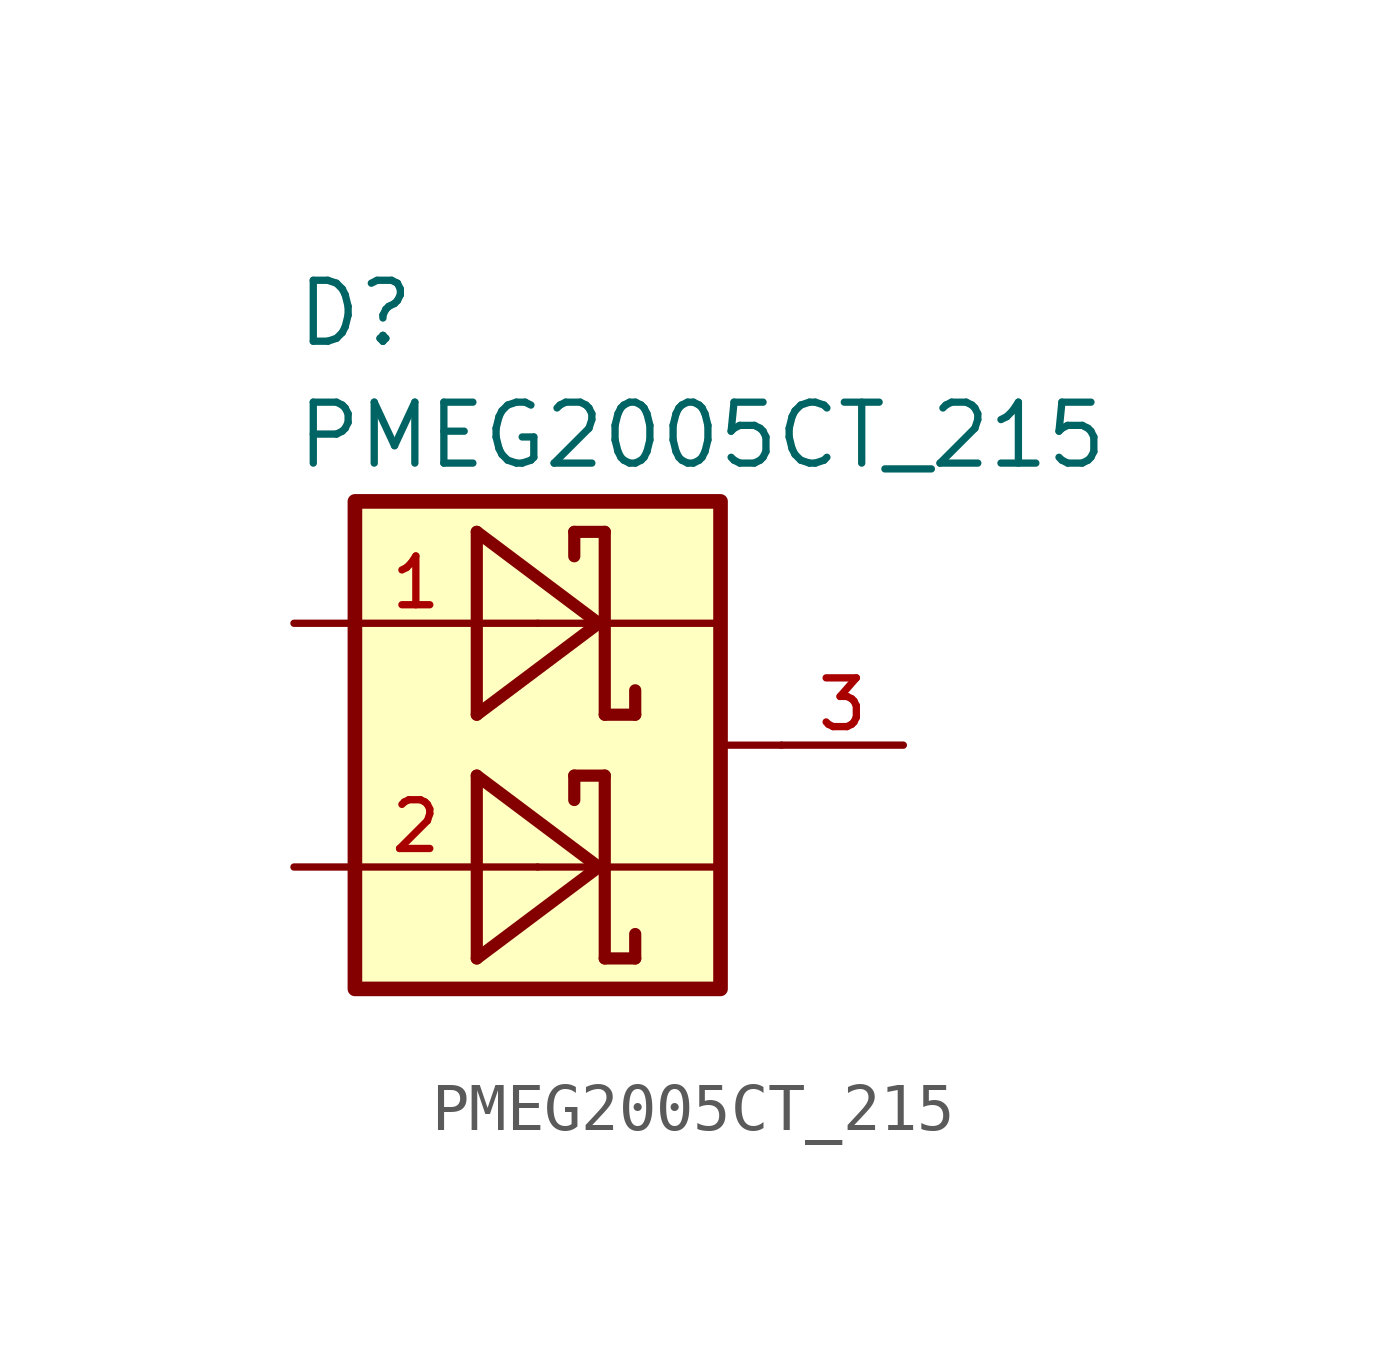
<source format=kicad_sym>
(kicad_symbol_lib
  (version 20220914)
  (generator kicad_symbol_editor)
  (symbol "PMEG2005CT_215"
    (pin_names
      (offset 1.016))
    (property "Reference" "D"
      (at -5.08 8.255 0)
      (effects (font (size 1.27 1.27)) (justify left bottom)))
    (property "Value" "PMEG2005CT_215"
      (at -5.08 5.715 0)
      (effects (font (size 1.27 1.27)) (justify left bottom)))
    (symbol "PMEG2005CT_215_0_0"
      (rectangle (start -3.81 5.08) (end 3.81 -5.08) (stroke (width 0.305) (type default)) (fill (type background)))
      (polyline (pts (xy -1.27 -4.445) (xy 1.27 -2.54)) (stroke (width 0.254) (type default)) (fill (type none)))
      (polyline (pts (xy -1.27 -0.635) (xy -1.27 -4.445)) (stroke (width 0.254) (type default)) (fill (type none)))
      (polyline (pts (xy -1.27 0.635) (xy 1.27 2.54)) (stroke (width 0.254) (type default)) (fill (type none)))
      (polyline (pts (xy -1.27 4.445) (xy -1.27 0.635)) (stroke (width 0.254) (type default)) (fill (type none)))
      (polyline (pts (xy 0 2.54) (xy 3.81 2.54)) (stroke (width 0.152) (type default)) (fill (type none)))
      (polyline (pts (xy 0.762 -0.635) (xy 0.762 -1.143)) (stroke (width 0.254) (type default)) (fill (type none)))
      (polyline (pts (xy 0.762 4.445) (xy 0.762 3.937)) (stroke (width 0.254) (type default)) (fill (type none)))
      (polyline (pts (xy 1.27 -2.54) (xy -1.27 -0.635)) (stroke (width 0.254) (type default)) (fill (type none)))
      (polyline (pts (xy 1.27 2.54) (xy -1.27 4.445)) (stroke (width 0.254) (type default)) (fill (type none)))
      (polyline (pts (xy 1.397 -4.445) (xy 2.032 -4.445)) (stroke (width 0.254) (type default)) (fill (type none)))
      (polyline (pts (xy 1.397 -0.635) (xy 0.762 -0.635)) (stroke (width 0.254) (type default)) (fill (type none)))
      (polyline (pts (xy 1.397 -0.635) (xy 1.397 -4.445)) (stroke (width 0.254) (type default)) (fill (type none)))
      (polyline (pts (xy 1.397 0.635) (xy 2.032 0.635)) (stroke (width 0.254) (type default)) (fill (type none)))
      (polyline (pts (xy 1.397 4.445) (xy 0.762 4.445)) (stroke (width 0.254) (type default)) (fill (type none)))
      (polyline (pts (xy 1.397 4.445) (xy 1.397 0.635)) (stroke (width 0.254) (type default)) (fill (type none)))
      (polyline (pts (xy 2.032 -3.937) (xy 2.032 -4.445)) (stroke (width 0.254) (type default)) (fill (type none)))
      (polyline (pts (xy 2.032 1.143) (xy 2.032 0.635)) (stroke (width 0.254) (type default)) (fill (type none)))
      (polyline (pts (xy 3.81 -2.54) (xy 0 -2.54)) (stroke (width 0.152) (type default)) (fill (type none)))
      (polyline (pts (xy 3.81 0) (xy 3.81 -2.54)) (stroke (width 0.152) (type default)) (fill (type none)))
      (polyline (pts (xy 3.81 0) (xy 5.08 0)) (stroke (width 0.152) (type default)) (fill (type none)))
      (polyline (pts (xy 3.81 2.54) (xy 3.81 0)) (stroke (width 0.152) (type default)) (fill (type none)))
      (pin passive line (at -5.08 2.54 0) (length 5.08) (name "~" (effects (font (size 1.016 1.016)))) (number "1" (effects (font (size 1.016 1.016)))))
      (pin passive line (at -5.08 -2.54 0) (length 5.08) (name "~" (effects (font (size 1.016 1.016)))) (number "2" (effects (font (size 1.016 1.016)))))
      (pin passive line (at 7.62 0 180) (length 2.54) (name "~" (effects (font (size 1.016 1.016)))) (number "3" (effects (font (size 1.016 1.016))))))))
</source>
